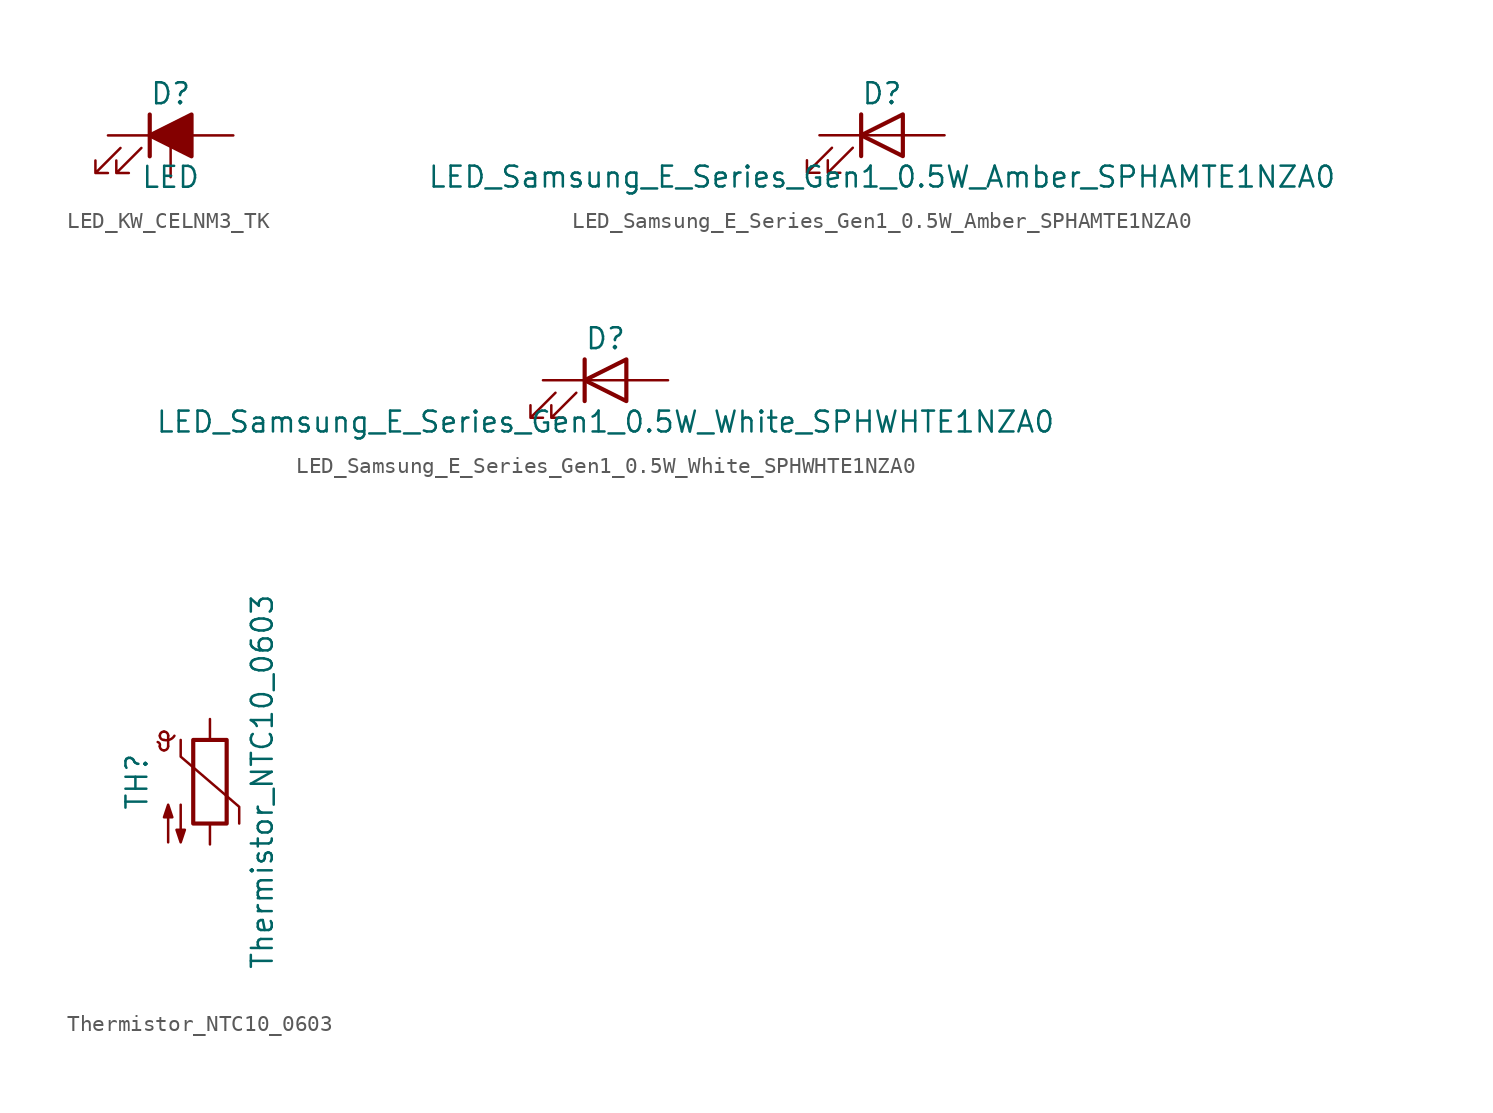
<source format=kicad_sym>
(kicad_symbol_lib
  (version 20231120)
  (generator "kicad_symbol_editor")
  (generator_version "8.0")
  (symbol "LED_KW_CELNM3_TK"
    (pin_numbers hide)
    (pin_names
      (offset 1.016) hide)
    (property "Reference" "D"
      (at 0 2.54 0)
      (effects (font (size 1.27 1.27))))
    (property "Value" "LED"
      (at 0 -2.54 0)
      (effects (font (size 1.27 1.27))))
    (symbol "LED_KW_CELNM3_TK_0_1"
      (polyline (pts (xy -1.27 -1.27) (xy -1.27 1.27)) (stroke (width 0.254) (type default)) (fill (type none)))
      (polyline (pts (xy -1.27 0) (xy 1.27 0)) (stroke (width 0) (type default)) (fill (type none)))
      (polyline (pts (xy 1.27 -1.27) (xy 1.27 1.27) (xy -1.27 0) (xy 1.27 -1.27)) (stroke (width 0.254) (type default)) (fill (type outline)))
      (polyline (pts (xy -3.048 -0.762) (xy -4.572 -2.286) (xy -3.81 -2.286) (xy -4.572 -2.286) (xy -4.572 -1.524)) (stroke (width 0) (type default)) (fill (type none)))
      (polyline (pts (xy -1.778 -0.762) (xy -3.302 -2.286) (xy -2.54 -2.286) (xy -3.302 -2.286) (xy -3.302 -1.524)) (stroke (width 0) (type default)) (fill (type none))))
    (symbol "LED_KW_CELNM3_TK_1_1"
      (pin passive line (at -3.81 0 0) (length 2.54) (name "K" (effects (font (size 1.27 1.27)))) (number "1" (effects (font (size 1.27 1.27)))))
      (pin passive line (at 3.81 0 180) (length 2.54) (name "A" (effects (font (size 1.27 1.27)))) (number "2" (effects (font (size 1.27 1.27)))))
      (pin passive line (at 0 -2.54 90) (length 2.54) (name "TH" (effects (font (size 1.27 1.27)))) (number "TH" (effects (font (size 1.27 1.27)))))))
  (symbol "LED_Samsung_E_Series_Gen1_0.5W_Amber_SPHAMTE1NZA0"
    (pin_numbers hide)
    (pin_names
      (offset 1.016) hide)
    (property "Reference" "D"
      (at 0 2.54 0)
      (effects (font (size 1.27 1.27))))
    (property "Value" "LED_Samsung_E_Series_Gen1_0.5W_Amber_SPHAMTE1NZA0"
      (at 0 -2.54 0)
      (effects (font (size 1.27 1.27))))
    (symbol "LED_Samsung_E_Series_Gen1_0.5W_Amber_SPHAMTE1NZA0_0_1"
      (polyline (pts (xy -1.27 -1.27) (xy -1.27 1.27)) (stroke (width 0.254) (type default)) (fill (type none)))
      (polyline (pts (xy -1.27 0) (xy 1.27 0)) (stroke (width 0) (type default)) (fill (type none)))
      (polyline (pts (xy 1.27 -1.27) (xy 1.27 1.27) (xy -1.27 0) (xy 1.27 -1.27)) (stroke (width 0.254) (type default)) (fill (type none)))
      (polyline (pts (xy -3.048 -0.762) (xy -4.572 -2.286) (xy -3.81 -2.286) (xy -4.572 -2.286) (xy -4.572 -1.524)) (stroke (width 0) (type default)) (fill (type none)))
      (polyline (pts (xy -1.778 -0.762) (xy -3.302 -2.286) (xy -2.54 -2.286) (xy -3.302 -2.286) (xy -3.302 -1.524)) (stroke (width 0) (type default)) (fill (type none))))
    (symbol "LED_Samsung_E_Series_Gen1_0.5W_Amber_SPHAMTE1NZA0_1_1"
      (pin passive line (at -3.81 0 0) (length 2.54) (name "K" (effects (font (size 1.27 1.27)))) (number "1" (effects (font (size 1.27 1.27)))))
      (pin passive line (at 3.81 0 180) (length 2.54) (name "A" (effects (font (size 1.27 1.27)))) (number "2" (effects (font (size 1.27 1.27)))))))
  (symbol "LED_Samsung_E_Series_Gen1_0.5W_White_SPHWHTE1NZA0"
    (pin_numbers hide)
    (pin_names
      (offset 1.016) hide)
    (property "Reference" "D"
      (at 0 2.54 0)
      (effects (font (size 1.27 1.27))))
    (property "Value" "LED_Samsung_E_Series_Gen1_0.5W_White_SPHWHTE1NZA0"
      (at 0 -2.54 0)
      (effects (font (size 1.27 1.27))))
    (symbol "LED_Samsung_E_Series_Gen1_0.5W_White_SPHWHTE1NZA0_0_1"
      (polyline (pts (xy -1.27 -1.27) (xy -1.27 1.27)) (stroke (width 0.254) (type default)) (fill (type none)))
      (polyline (pts (xy -1.27 0) (xy 1.27 0)) (stroke (width 0) (type default)) (fill (type none)))
      (polyline (pts (xy 1.27 -1.27) (xy 1.27 1.27) (xy -1.27 0) (xy 1.27 -1.27)) (stroke (width 0.254) (type default)) (fill (type none)))
      (polyline (pts (xy -3.048 -0.762) (xy -4.572 -2.286) (xy -3.81 -2.286) (xy -4.572 -2.286) (xy -4.572 -1.524)) (stroke (width 0) (type default)) (fill (type none)))
      (polyline (pts (xy -1.778 -0.762) (xy -3.302 -2.286) (xy -2.54 -2.286) (xy -3.302 -2.286) (xy -3.302 -1.524)) (stroke (width 0) (type default)) (fill (type none))))
    (symbol "LED_Samsung_E_Series_Gen1_0.5W_White_SPHWHTE1NZA0_1_1"
      (pin passive line (at -3.81 0 0) (length 2.54) (name "K" (effects (font (size 1.27 1.27)))) (number "1" (effects (font (size 1.27 1.27)))))
      (pin passive line (at 3.81 0 180) (length 2.54) (name "A" (effects (font (size 1.27 1.27)))) (number "2" (effects (font (size 1.27 1.27)))))))
  (symbol "Thermistor_NTC10_0603"
    (pin_numbers hide)
    (pin_names
      (offset 0))
    (property "Reference" "TH"
      (at -4.445 0 90)
      (effects (font (size 1.27 1.27))))
    (property "Value" "Thermistor_NTC10_0603"
      (at 3.175 0 90)
      (effects (font (size 1.27 1.27))))
    (symbol "Thermistor_NTC10_0603_0_1"
      (arc (start -3.048 2.159) (mid -3.0495 2.3143) (end -3.175 2.413) (stroke (width 0) (type default)) (fill (type none)))
      (arc (start -3.048 2.159) (mid -2.9736 1.9794) (end -2.794 1.905) (stroke (width 0) (type default)) (fill (type none)))
      (arc (start -3.048 2.794) (mid -2.9736 2.6144) (end -2.794 2.54) (stroke (width 0) (type default)) (fill (type none)))
      (arc (start -2.794 1.905) (mid -2.6144 1.9794) (end -2.54 2.159) (stroke (width 0) (type default)) (fill (type none)))
      (arc (start -2.794 2.54) (mid -2.4393 2.5587) (end -2.159 2.794) (stroke (width 0) (type default)) (fill (type none)))
      (arc (start -2.794 3.048) (mid -2.9736 2.9736) (end -3.048 2.794) (stroke (width 0) (type default)) (fill (type none)))
      (arc (start -2.54 2.794) (mid -2.6144 2.9736) (end -2.794 3.048) (stroke (width 0) (type default)) (fill (type none)))
      (rectangle (start -1.016 2.54) (end 1.016 -2.54) (stroke (width 0.254) (type default)) (fill (type none)))
      (polyline (pts (xy -2.54 2.159) (xy -2.54 2.794)) (stroke (width 0) (type default)) (fill (type none)))
      (polyline (pts (xy -1.778 2.54) (xy -1.778 1.524) (xy 1.778 -1.524) (xy 1.778 -2.54)) (stroke (width 0) (type default)) (fill (type none)))
      (polyline (pts (xy -2.54 -3.683) (xy -2.54 -1.397) (xy -2.794 -2.159) (xy -2.286 -2.159) (xy -2.54 -1.397) (xy -2.54 -1.651)) (stroke (width 0) (type default)) (fill (type outline)))
      (polyline (pts (xy -1.778 -1.397) (xy -1.778 -3.683) (xy -2.032 -2.921) (xy -1.524 -2.921) (xy -1.778 -3.683) (xy -1.778 -3.429)) (stroke (width 0) (type default)) (fill (type outline))))
    (symbol "Thermistor_NTC10_0603_1_1"
      (pin passive line (at 0 3.81 270) (length 1.27) (name "~" (effects (font (size 1.27 1.27)))) (number "1" (effects (font (size 1.27 1.27)))))
      (pin passive line (at 0 -3.81 90) (length 1.27) (name "~" (effects (font (size 1.27 1.27)))) (number "2" (effects (font (size 1.27 1.27))))))))
</source>
